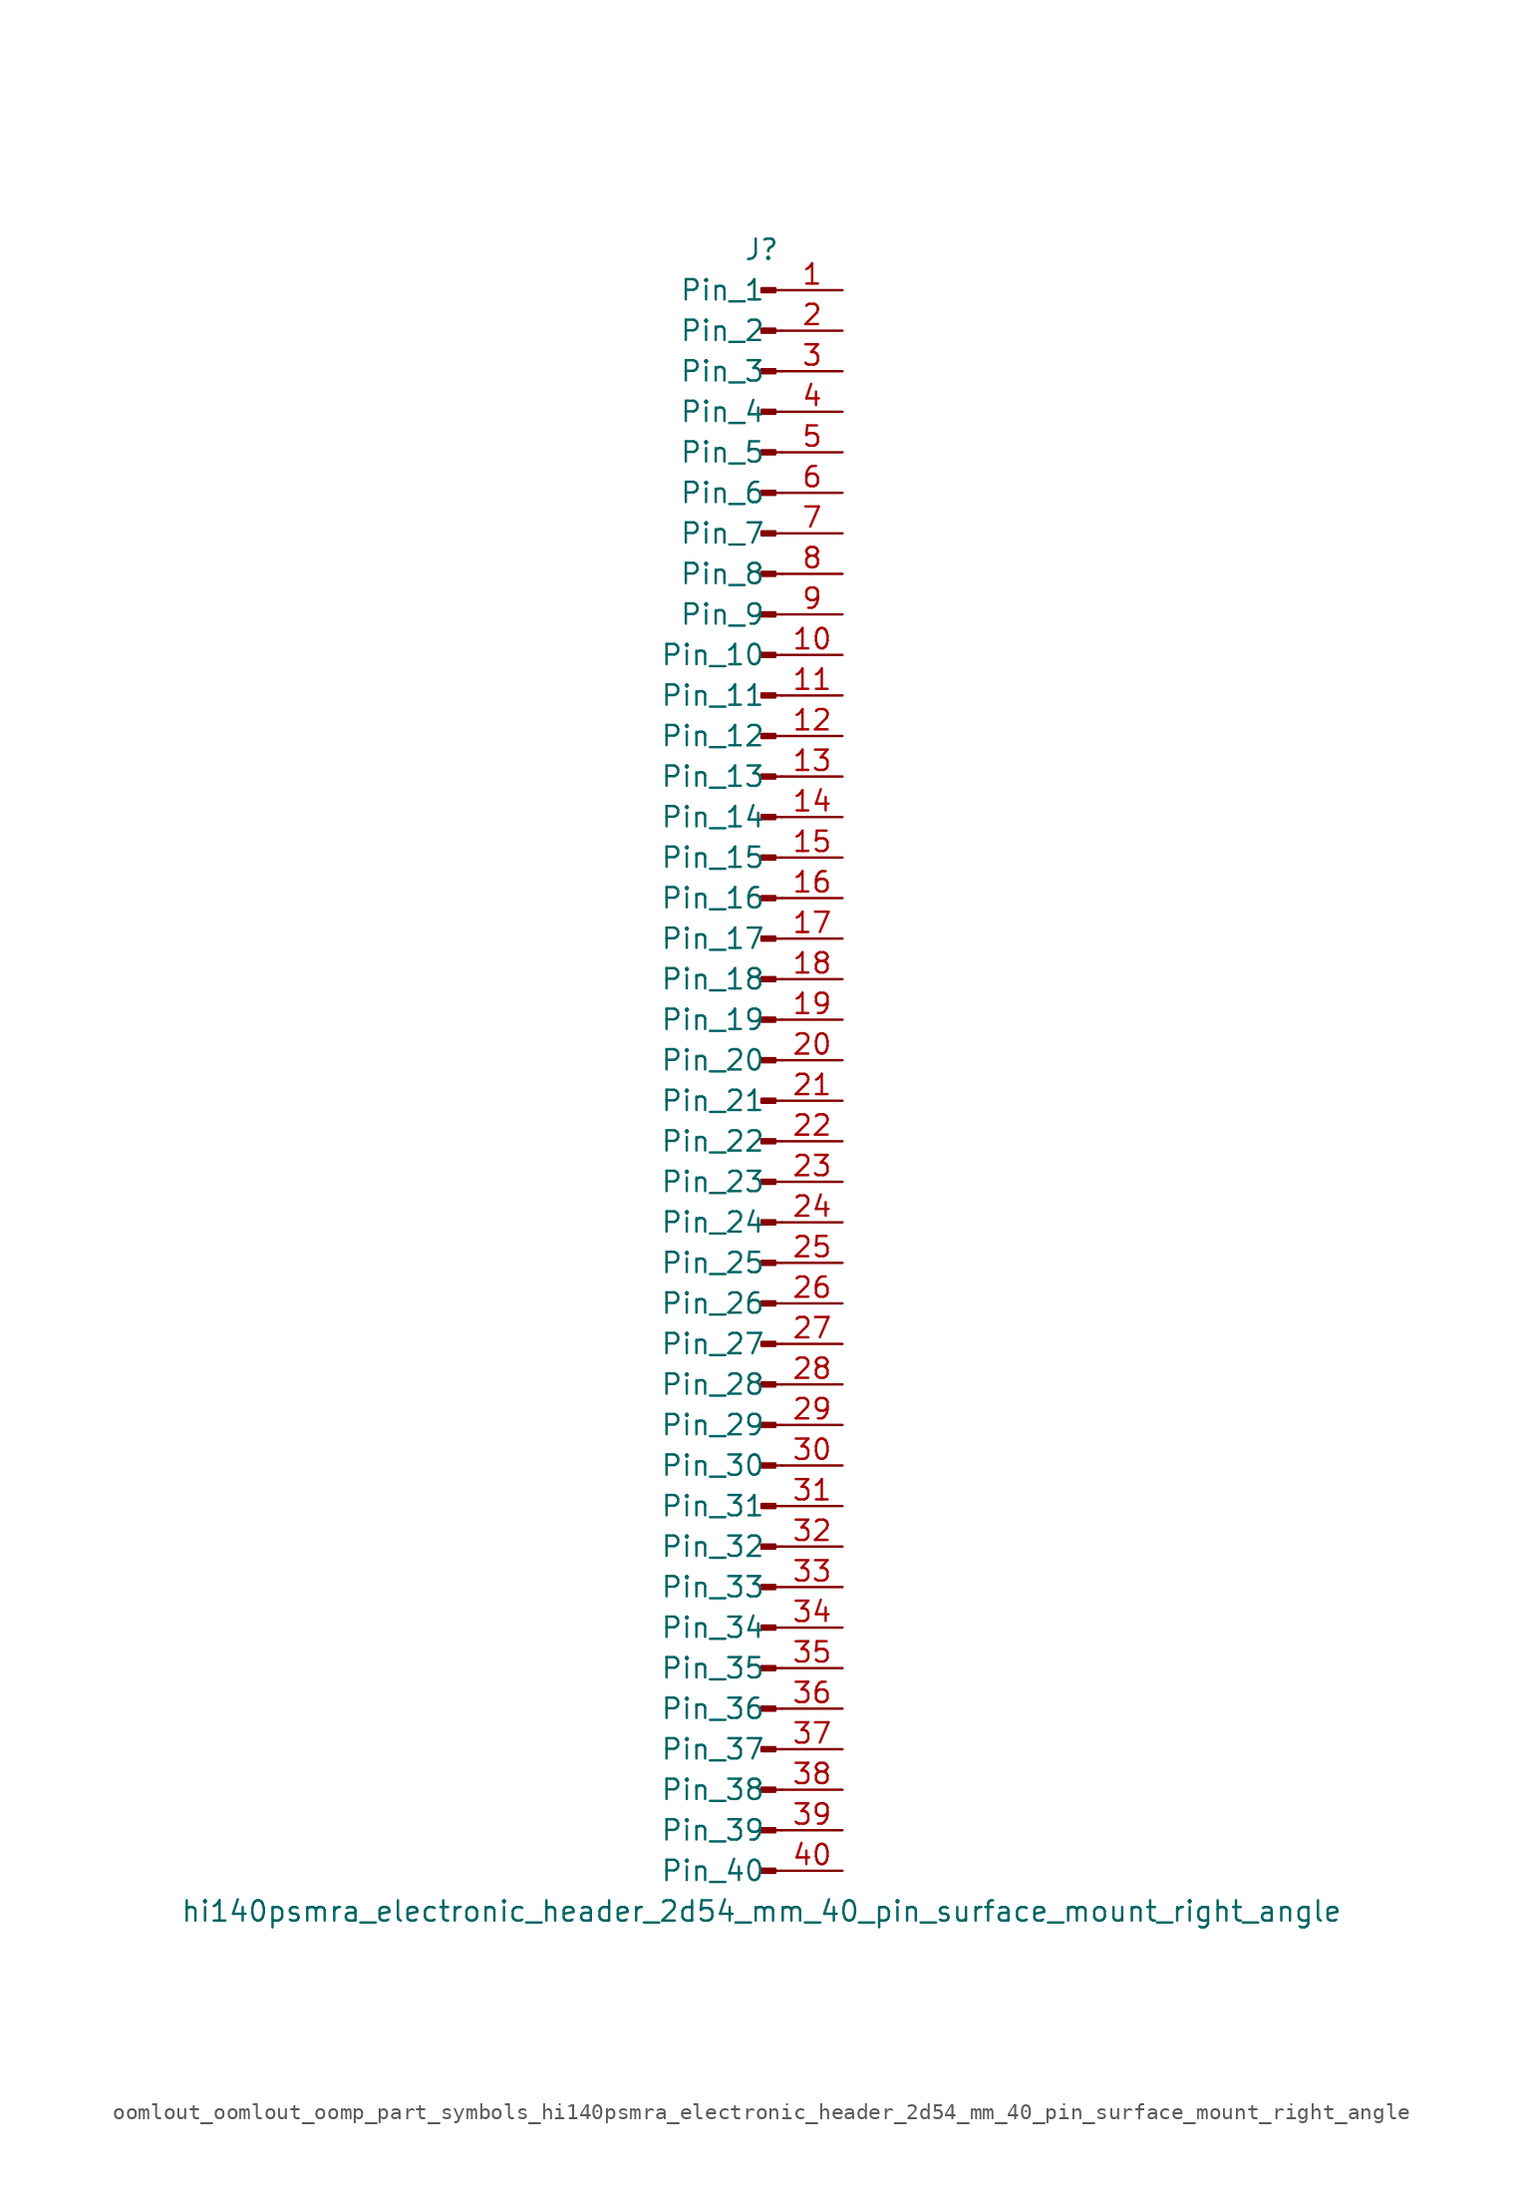
<source format=kicad_sym>
(kicad_symbol_lib
  (version 20220914)
  (generator kicad_symbol_editor)
  (symbol "oomlout_oomlout_oomp_part_symbols_hi140psmra_electronic_header_2d54_mm_40_pin_surface_mount_right_angle"
    (pin_names
      (offset 1.016))
    (property "Reference" "J"
      (at 0 50.8 0)
      (effects (font (size 1.27 1.27))))
    (property "Value" "hi140psmra_electronic_header_2d54_mm_40_pin_surface_mount_right_angle"
      (at 0 -53.34 0)
      (effects (font (size 1.27 1.27))))
    (property "ki_locked" ""
      (at 0 0 0)
      (effects (font (size 1.27 1.27))))
    (symbol "oomlout_oomlout_oomp_part_symbols_hi140psmra_electronic_header_2d54_mm_40_pin_surface_mount_right_angle_1_1"
      (polyline (pts (xy 1.27 -50.8) (xy 0.864 -50.8)) (stroke (width 0.152) (type default)) (fill (type none)))
      (polyline (pts (xy 1.27 -48.26) (xy 0.864 -48.26)) (stroke (width 0.152) (type default)) (fill (type none)))
      (polyline (pts (xy 1.27 -45.72) (xy 0.864 -45.72)) (stroke (width 0.152) (type default)) (fill (type none)))
      (polyline (pts (xy 1.27 -43.18) (xy 0.864 -43.18)) (stroke (width 0.152) (type default)) (fill (type none)))
      (polyline (pts (xy 1.27 -40.64) (xy 0.864 -40.64)) (stroke (width 0.152) (type default)) (fill (type none)))
      (polyline (pts (xy 1.27 -38.1) (xy 0.864 -38.1)) (stroke (width 0.152) (type default)) (fill (type none)))
      (polyline (pts (xy 1.27 -35.56) (xy 0.864 -35.56)) (stroke (width 0.152) (type default)) (fill (type none)))
      (polyline (pts (xy 1.27 -33.02) (xy 0.864 -33.02)) (stroke (width 0.152) (type default)) (fill (type none)))
      (polyline (pts (xy 1.27 -30.48) (xy 0.864 -30.48)) (stroke (width 0.152) (type default)) (fill (type none)))
      (polyline (pts (xy 1.27 -27.94) (xy 0.864 -27.94)) (stroke (width 0.152) (type default)) (fill (type none)))
      (polyline (pts (xy 1.27 -25.4) (xy 0.864 -25.4)) (stroke (width 0.152) (type default)) (fill (type none)))
      (polyline (pts (xy 1.27 -22.86) (xy 0.864 -22.86)) (stroke (width 0.152) (type default)) (fill (type none)))
      (polyline (pts (xy 1.27 -20.32) (xy 0.864 -20.32)) (stroke (width 0.152) (type default)) (fill (type none)))
      (polyline (pts (xy 1.27 -17.78) (xy 0.864 -17.78)) (stroke (width 0.152) (type default)) (fill (type none)))
      (polyline (pts (xy 1.27 -15.24) (xy 0.864 -15.24)) (stroke (width 0.152) (type default)) (fill (type none)))
      (polyline (pts (xy 1.27 -12.7) (xy 0.864 -12.7)) (stroke (width 0.152) (type default)) (fill (type none)))
      (polyline (pts (xy 1.27 -10.16) (xy 0.864 -10.16)) (stroke (width 0.152) (type default)) (fill (type none)))
      (polyline (pts (xy 1.27 -7.62) (xy 0.864 -7.62)) (stroke (width 0.152) (type default)) (fill (type none)))
      (polyline (pts (xy 1.27 -5.08) (xy 0.864 -5.08)) (stroke (width 0.152) (type default)) (fill (type none)))
      (polyline (pts (xy 1.27 -2.54) (xy 0.864 -2.54)) (stroke (width 0.152) (type default)) (fill (type none)))
      (polyline (pts (xy 1.27 0) (xy 0.864 0)) (stroke (width 0.152) (type default)) (fill (type none)))
      (polyline (pts (xy 1.27 2.54) (xy 0.864 2.54)) (stroke (width 0.152) (type default)) (fill (type none)))
      (polyline (pts (xy 1.27 5.08) (xy 0.864 5.08)) (stroke (width 0.152) (type default)) (fill (type none)))
      (polyline (pts (xy 1.27 7.62) (xy 0.864 7.62)) (stroke (width 0.152) (type default)) (fill (type none)))
      (polyline (pts (xy 1.27 10.16) (xy 0.864 10.16)) (stroke (width 0.152) (type default)) (fill (type none)))
      (polyline (pts (xy 1.27 12.7) (xy 0.864 12.7)) (stroke (width 0.152) (type default)) (fill (type none)))
      (polyline (pts (xy 1.27 15.24) (xy 0.864 15.24)) (stroke (width 0.152) (type default)) (fill (type none)))
      (polyline (pts (xy 1.27 17.78) (xy 0.864 17.78)) (stroke (width 0.152) (type default)) (fill (type none)))
      (polyline (pts (xy 1.27 20.32) (xy 0.864 20.32)) (stroke (width 0.152) (type default)) (fill (type none)))
      (polyline (pts (xy 1.27 22.86) (xy 0.864 22.86)) (stroke (width 0.152) (type default)) (fill (type none)))
      (polyline (pts (xy 1.27 25.4) (xy 0.864 25.4)) (stroke (width 0.152) (type default)) (fill (type none)))
      (polyline (pts (xy 1.27 27.94) (xy 0.864 27.94)) (stroke (width 0.152) (type default)) (fill (type none)))
      (polyline (pts (xy 1.27 30.48) (xy 0.864 30.48)) (stroke (width 0.152) (type default)) (fill (type none)))
      (polyline (pts (xy 1.27 33.02) (xy 0.864 33.02)) (stroke (width 0.152) (type default)) (fill (type none)))
      (polyline (pts (xy 1.27 35.56) (xy 0.864 35.56)) (stroke (width 0.152) (type default)) (fill (type none)))
      (polyline (pts (xy 1.27 38.1) (xy 0.864 38.1)) (stroke (width 0.152) (type default)) (fill (type none)))
      (polyline (pts (xy 1.27 40.64) (xy 0.864 40.64)) (stroke (width 0.152) (type default)) (fill (type none)))
      (polyline (pts (xy 1.27 43.18) (xy 0.864 43.18)) (stroke (width 0.152) (type default)) (fill (type none)))
      (polyline (pts (xy 1.27 45.72) (xy 0.864 45.72)) (stroke (width 0.152) (type default)) (fill (type none)))
      (polyline (pts (xy 1.27 48.26) (xy 0.864 48.26)) (stroke (width 0.152) (type default)) (fill (type none)))
      (rectangle (start 0.864 -50.673) (end 0 -50.927) (stroke (width 0.152) (type default)) (fill (type outline)))
      (rectangle (start 0.864 -48.133) (end 0 -48.387) (stroke (width 0.152) (type default)) (fill (type outline)))
      (rectangle (start 0.864 -45.593) (end 0 -45.847) (stroke (width 0.152) (type default)) (fill (type outline)))
      (rectangle (start 0.864 -43.053) (end 0 -43.307) (stroke (width 0.152) (type default)) (fill (type outline)))
      (rectangle (start 0.864 -40.513) (end 0 -40.767) (stroke (width 0.152) (type default)) (fill (type outline)))
      (rectangle (start 0.864 -37.973) (end 0 -38.227) (stroke (width 0.152) (type default)) (fill (type outline)))
      (rectangle (start 0.864 -35.433) (end 0 -35.687) (stroke (width 0.152) (type default)) (fill (type outline)))
      (rectangle (start 0.864 -32.893) (end 0 -33.147) (stroke (width 0.152) (type default)) (fill (type outline)))
      (rectangle (start 0.864 -30.353) (end 0 -30.607) (stroke (width 0.152) (type default)) (fill (type outline)))
      (rectangle (start 0.864 -27.813) (end 0 -28.067) (stroke (width 0.152) (type default)) (fill (type outline)))
      (rectangle (start 0.864 -25.273) (end 0 -25.527) (stroke (width 0.152) (type default)) (fill (type outline)))
      (rectangle (start 0.864 -22.733) (end 0 -22.987) (stroke (width 0.152) (type default)) (fill (type outline)))
      (rectangle (start 0.864 -20.193) (end 0 -20.447) (stroke (width 0.152) (type default)) (fill (type outline)))
      (rectangle (start 0.864 -17.653) (end 0 -17.907) (stroke (width 0.152) (type default)) (fill (type outline)))
      (rectangle (start 0.864 -15.113) (end 0 -15.367) (stroke (width 0.152) (type default)) (fill (type outline)))
      (rectangle (start 0.864 -12.573) (end 0 -12.827) (stroke (width 0.152) (type default)) (fill (type outline)))
      (rectangle (start 0.864 -10.033) (end 0 -10.287) (stroke (width 0.152) (type default)) (fill (type outline)))
      (rectangle (start 0.864 -7.493) (end 0 -7.747) (stroke (width 0.152) (type default)) (fill (type outline)))
      (rectangle (start 0.864 -4.953) (end 0 -5.207) (stroke (width 0.152) (type default)) (fill (type outline)))
      (rectangle (start 0.864 -2.413) (end 0 -2.667) (stroke (width 0.152) (type default)) (fill (type outline)))
      (rectangle (start 0.864 0.127) (end 0 -0.127) (stroke (width 0.152) (type default)) (fill (type outline)))
      (rectangle (start 0.864 2.667) (end 0 2.413) (stroke (width 0.152) (type default)) (fill (type outline)))
      (rectangle (start 0.864 5.207) (end 0 4.953) (stroke (width 0.152) (type default)) (fill (type outline)))
      (rectangle (start 0.864 7.747) (end 0 7.493) (stroke (width 0.152) (type default)) (fill (type outline)))
      (rectangle (start 0.864 10.287) (end 0 10.033) (stroke (width 0.152) (type default)) (fill (type outline)))
      (rectangle (start 0.864 12.827) (end 0 12.573) (stroke (width 0.152) (type default)) (fill (type outline)))
      (rectangle (start 0.864 15.367) (end 0 15.113) (stroke (width 0.152) (type default)) (fill (type outline)))
      (rectangle (start 0.864 17.907) (end 0 17.653) (stroke (width 0.152) (type default)) (fill (type outline)))
      (rectangle (start 0.864 20.447) (end 0 20.193) (stroke (width 0.152) (type default)) (fill (type outline)))
      (rectangle (start 0.864 22.987) (end 0 22.733) (stroke (width 0.152) (type default)) (fill (type outline)))
      (rectangle (start 0.864 25.527) (end 0 25.273) (stroke (width 0.152) (type default)) (fill (type outline)))
      (rectangle (start 0.864 28.067) (end 0 27.813) (stroke (width 0.152) (type default)) (fill (type outline)))
      (rectangle (start 0.864 30.607) (end 0 30.353) (stroke (width 0.152) (type default)) (fill (type outline)))
      (rectangle (start 0.864 33.147) (end 0 32.893) (stroke (width 0.152) (type default)) (fill (type outline)))
      (rectangle (start 0.864 35.687) (end 0 35.433) (stroke (width 0.152) (type default)) (fill (type outline)))
      (rectangle (start 0.864 38.227) (end 0 37.973) (stroke (width 0.152) (type default)) (fill (type outline)))
      (rectangle (start 0.864 40.767) (end 0 40.513) (stroke (width 0.152) (type default)) (fill (type outline)))
      (rectangle (start 0.864 43.307) (end 0 43.053) (stroke (width 0.152) (type default)) (fill (type outline)))
      (rectangle (start 0.864 45.847) (end 0 45.593) (stroke (width 0.152) (type default)) (fill (type outline)))
      (rectangle (start 0.864 48.387) (end 0 48.133) (stroke (width 0.152) (type default)) (fill (type outline)))
      (pin passive line (at 5.08 48.26 180) (length 3.81) (name "Pin_1" (effects (font (size 1.27 1.27)))) (number "1" (effects (font (size 1.27 1.27)))))
      (pin passive line (at 5.08 25.4 180) (length 3.81) (name "Pin_10" (effects (font (size 1.27 1.27)))) (number "10" (effects (font (size 1.27 1.27)))))
      (pin passive line (at 5.08 22.86 180) (length 3.81) (name "Pin_11" (effects (font (size 1.27 1.27)))) (number "11" (effects (font (size 1.27 1.27)))))
      (pin passive line (at 5.08 20.32 180) (length 3.81) (name "Pin_12" (effects (font (size 1.27 1.27)))) (number "12" (effects (font (size 1.27 1.27)))))
      (pin passive line (at 5.08 17.78 180) (length 3.81) (name "Pin_13" (effects (font (size 1.27 1.27)))) (number "13" (effects (font (size 1.27 1.27)))))
      (pin passive line (at 5.08 15.24 180) (length 3.81) (name "Pin_14" (effects (font (size 1.27 1.27)))) (number "14" (effects (font (size 1.27 1.27)))))
      (pin passive line (at 5.08 12.7 180) (length 3.81) (name "Pin_15" (effects (font (size 1.27 1.27)))) (number "15" (effects (font (size 1.27 1.27)))))
      (pin passive line (at 5.08 10.16 180) (length 3.81) (name "Pin_16" (effects (font (size 1.27 1.27)))) (number "16" (effects (font (size 1.27 1.27)))))
      (pin passive line (at 5.08 7.62 180) (length 3.81) (name "Pin_17" (effects (font (size 1.27 1.27)))) (number "17" (effects (font (size 1.27 1.27)))))
      (pin passive line (at 5.08 5.08 180) (length 3.81) (name "Pin_18" (effects (font (size 1.27 1.27)))) (number "18" (effects (font (size 1.27 1.27)))))
      (pin passive line (at 5.08 2.54 180) (length 3.81) (name "Pin_19" (effects (font (size 1.27 1.27)))) (number "19" (effects (font (size 1.27 1.27)))))
      (pin passive line (at 5.08 45.72 180) (length 3.81) (name "Pin_2" (effects (font (size 1.27 1.27)))) (number "2" (effects (font (size 1.27 1.27)))))
      (pin passive line (at 5.08 0 180) (length 3.81) (name "Pin_20" (effects (font (size 1.27 1.27)))) (number "20" (effects (font (size 1.27 1.27)))))
      (pin passive line (at 5.08 -2.54 180) (length 3.81) (name "Pin_21" (effects (font (size 1.27 1.27)))) (number "21" (effects (font (size 1.27 1.27)))))
      (pin passive line (at 5.08 -5.08 180) (length 3.81) (name "Pin_22" (effects (font (size 1.27 1.27)))) (number "22" (effects (font (size 1.27 1.27)))))
      (pin passive line (at 5.08 -7.62 180) (length 3.81) (name "Pin_23" (effects (font (size 1.27 1.27)))) (number "23" (effects (font (size 1.27 1.27)))))
      (pin passive line (at 5.08 -10.16 180) (length 3.81) (name "Pin_24" (effects (font (size 1.27 1.27)))) (number "24" (effects (font (size 1.27 1.27)))))
      (pin passive line (at 5.08 -12.7 180) (length 3.81) (name "Pin_25" (effects (font (size 1.27 1.27)))) (number "25" (effects (font (size 1.27 1.27)))))
      (pin passive line (at 5.08 -15.24 180) (length 3.81) (name "Pin_26" (effects (font (size 1.27 1.27)))) (number "26" (effects (font (size 1.27 1.27)))))
      (pin passive line (at 5.08 -17.78 180) (length 3.81) (name "Pin_27" (effects (font (size 1.27 1.27)))) (number "27" (effects (font (size 1.27 1.27)))))
      (pin passive line (at 5.08 -20.32 180) (length 3.81) (name "Pin_28" (effects (font (size 1.27 1.27)))) (number "28" (effects (font (size 1.27 1.27)))))
      (pin passive line (at 5.08 -22.86 180) (length 3.81) (name "Pin_29" (effects (font (size 1.27 1.27)))) (number "29" (effects (font (size 1.27 1.27)))))
      (pin passive line (at 5.08 43.18 180) (length 3.81) (name "Pin_3" (effects (font (size 1.27 1.27)))) (number "3" (effects (font (size 1.27 1.27)))))
      (pin passive line (at 5.08 -25.4 180) (length 3.81) (name "Pin_30" (effects (font (size 1.27 1.27)))) (number "30" (effects (font (size 1.27 1.27)))))
      (pin passive line (at 5.08 -27.94 180) (length 3.81) (name "Pin_31" (effects (font (size 1.27 1.27)))) (number "31" (effects (font (size 1.27 1.27)))))
      (pin passive line (at 5.08 -30.48 180) (length 3.81) (name "Pin_32" (effects (font (size 1.27 1.27)))) (number "32" (effects (font (size 1.27 1.27)))))
      (pin passive line (at 5.08 -33.02 180) (length 3.81) (name "Pin_33" (effects (font (size 1.27 1.27)))) (number "33" (effects (font (size 1.27 1.27)))))
      (pin passive line (at 5.08 -35.56 180) (length 3.81) (name "Pin_34" (effects (font (size 1.27 1.27)))) (number "34" (effects (font (size 1.27 1.27)))))
      (pin passive line (at 5.08 -38.1 180) (length 3.81) (name "Pin_35" (effects (font (size 1.27 1.27)))) (number "35" (effects (font (size 1.27 1.27)))))
      (pin passive line (at 5.08 -40.64 180) (length 3.81) (name "Pin_36" (effects (font (size 1.27 1.27)))) (number "36" (effects (font (size 1.27 1.27)))))
      (pin passive line (at 5.08 -43.18 180) (length 3.81) (name "Pin_37" (effects (font (size 1.27 1.27)))) (number "37" (effects (font (size 1.27 1.27)))))
      (pin passive line (at 5.08 -45.72 180) (length 3.81) (name "Pin_38" (effects (font (size 1.27 1.27)))) (number "38" (effects (font (size 1.27 1.27)))))
      (pin passive line (at 5.08 -48.26 180) (length 3.81) (name "Pin_39" (effects (font (size 1.27 1.27)))) (number "39" (effects (font (size 1.27 1.27)))))
      (pin passive line (at 5.08 40.64 180) (length 3.81) (name "Pin_4" (effects (font (size 1.27 1.27)))) (number "4" (effects (font (size 1.27 1.27)))))
      (pin passive line (at 5.08 -50.8 180) (length 3.81) (name "Pin_40" (effects (font (size 1.27 1.27)))) (number "40" (effects (font (size 1.27 1.27)))))
      (pin passive line (at 5.08 38.1 180) (length 3.81) (name "Pin_5" (effects (font (size 1.27 1.27)))) (number "5" (effects (font (size 1.27 1.27)))))
      (pin passive line (at 5.08 35.56 180) (length 3.81) (name "Pin_6" (effects (font (size 1.27 1.27)))) (number "6" (effects (font (size 1.27 1.27)))))
      (pin passive line (at 5.08 33.02 180) (length 3.81) (name "Pin_7" (effects (font (size 1.27 1.27)))) (number "7" (effects (font (size 1.27 1.27)))))
      (pin passive line (at 5.08 30.48 180) (length 3.81) (name "Pin_8" (effects (font (size 1.27 1.27)))) (number "8" (effects (font (size 1.27 1.27)))))
      (pin passive line (at 5.08 27.94 180) (length 3.81) (name "Pin_9" (effects (font (size 1.27 1.27)))) (number "9" (effects (font (size 1.27 1.27))))))))
</source>
